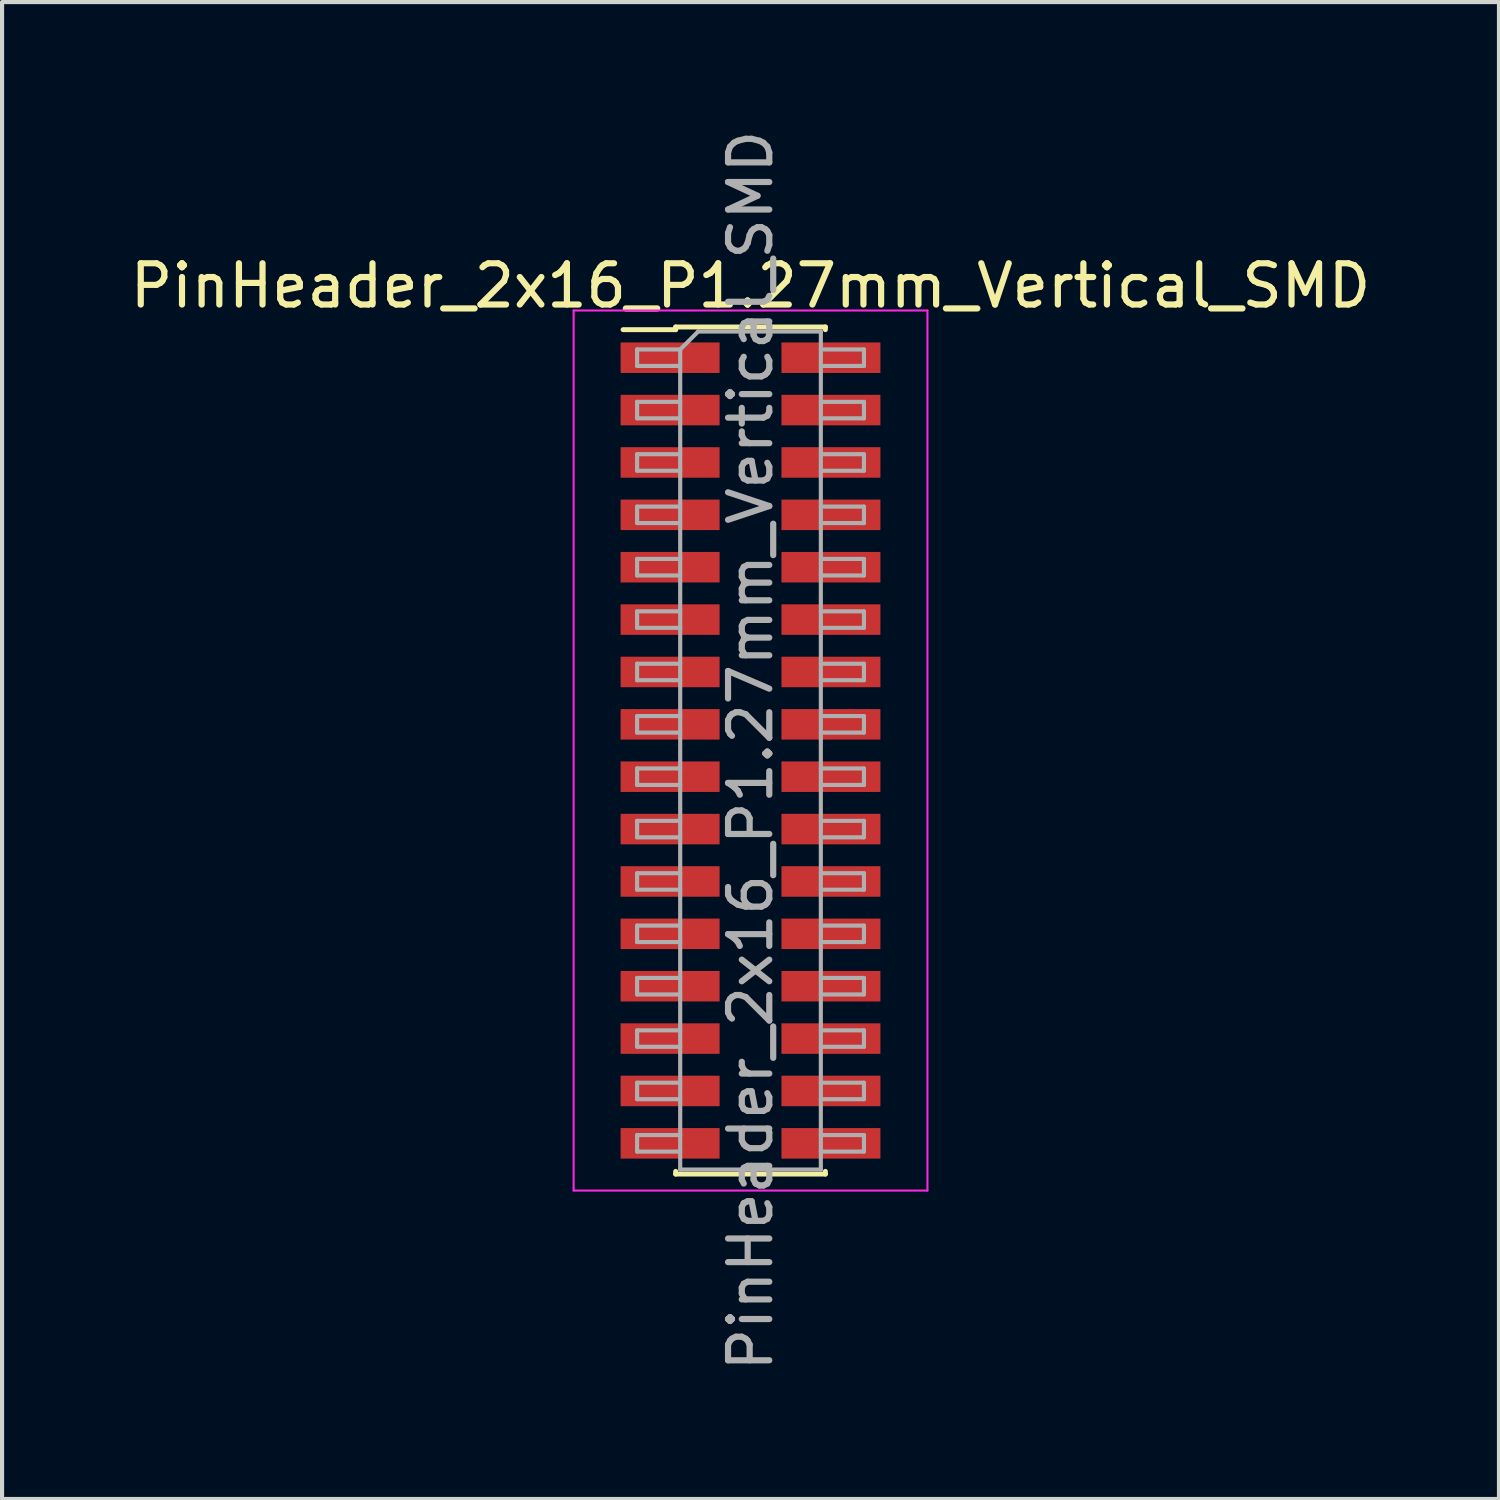
<source format=kicad_pcb>
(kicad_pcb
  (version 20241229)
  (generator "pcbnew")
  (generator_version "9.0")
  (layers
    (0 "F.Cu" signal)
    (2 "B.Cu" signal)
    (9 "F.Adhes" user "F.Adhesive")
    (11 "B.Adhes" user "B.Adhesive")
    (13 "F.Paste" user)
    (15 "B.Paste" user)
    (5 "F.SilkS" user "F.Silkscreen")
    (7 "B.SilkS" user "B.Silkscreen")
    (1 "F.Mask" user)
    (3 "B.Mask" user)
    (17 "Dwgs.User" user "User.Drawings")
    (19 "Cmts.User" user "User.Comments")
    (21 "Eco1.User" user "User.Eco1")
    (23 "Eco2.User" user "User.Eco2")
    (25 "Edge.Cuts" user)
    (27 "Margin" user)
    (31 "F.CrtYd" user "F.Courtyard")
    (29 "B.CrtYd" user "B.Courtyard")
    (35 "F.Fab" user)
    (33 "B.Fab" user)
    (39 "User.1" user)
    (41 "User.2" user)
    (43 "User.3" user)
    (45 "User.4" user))
  (footprint "PinHeader_2x16_P1.27mm_Vertical_SMD"
    (layer "F.Cu")
    (at 15.149 15.149)
    (property "Reference" "PinHeader_2x16_P1.27mm_Vertical_SMD" (at 0 -11.27 0) (layer "F.SilkS") (effects (font (size 1 1) (thickness 0.15))))
    (attr smd)
    (fp_line (start -3.09 -10.205) (end -1.815 -10.205) (stroke (width 0.12) (type solid)) (layer "F.SilkS"))
    (fp_line (start -1.815 -10.27) (end -1.815 -10.205) (stroke (width 0.12) (type solid)) (layer "F.SilkS"))
    (fp_line (start -1.815 -10.27) (end 1.815 -10.27) (stroke (width 0.12) (type solid)) (layer "F.SilkS"))
    (fp_line (start -1.815 10.205) (end -1.815 10.27) (stroke (width 0.12) (type solid)) (layer "F.SilkS"))
    (fp_line (start -1.815 10.27) (end 1.815 10.27) (stroke (width 0.12) (type solid)) (layer "F.SilkS"))
    (fp_line (start 1.815 -10.27) (end 1.815 -10.205) (stroke (width 0.12) (type solid)) (layer "F.SilkS"))
    (fp_line (start 1.815 10.205) (end 1.815 10.27) (stroke (width 0.12) (type solid)) (layer "F.SilkS"))
    (fp_line (start -4.29 -10.67) (end -4.29 10.67) (stroke (width 0.05) (type solid)) (layer "F.CrtYd"))
    (fp_line (start -4.29 10.67) (end 4.29 10.67) (stroke (width 0.05) (type solid)) (layer "F.CrtYd"))
    (fp_line (start 4.29 -10.67) (end -4.29 -10.67) (stroke (width 0.05) (type solid)) (layer "F.CrtYd"))
    (fp_line (start 4.29 10.67) (end 4.29 -10.67) (stroke (width 0.05) (type solid)) (layer "F.CrtYd"))
    (fp_line (start -2.75 -9.725) (end -2.75 -9.325) (stroke (width 0.1) (type solid)) (layer "F.Fab"))
    (fp_line (start -2.75 -9.325) (end -1.705 -9.325) (stroke (width 0.1) (type solid)) (layer "F.Fab"))
    (fp_line (start -2.75 -8.455) (end -2.75 -8.055) (stroke (width 0.1) (type solid)) (layer "F.Fab"))
    (fp_line (start -2.75 -8.055) (end -1.705 -8.055) (stroke (width 0.1) (type solid)) (layer "F.Fab"))
    (fp_line (start -2.75 -7.185) (end -2.75 -6.785) (stroke (width 0.1) (type solid)) (layer "F.Fab"))
    (fp_line (start -2.75 -6.785) (end -1.705 -6.785) (stroke (width 0.1) (type solid)) (layer "F.Fab"))
    (fp_line (start -2.75 -5.915) (end -2.75 -5.515) (stroke (width 0.1) (type solid)) (layer "F.Fab"))
    (fp_line (start -2.75 -5.515) (end -1.705 -5.515) (stroke (width 0.1) (type solid)) (layer "F.Fab"))
    (fp_line (start -2.75 -4.645) (end -2.75 -4.245) (stroke (width 0.1) (type solid)) (layer "F.Fab"))
    (fp_line (start -2.75 -4.245) (end -1.705 -4.245) (stroke (width 0.1) (type solid)) (layer "F.Fab"))
    (fp_line (start -2.75 -3.375) (end -2.75 -2.975) (stroke (width 0.1) (type solid)) (layer "F.Fab"))
    (fp_line (start -2.75 -2.975) (end -1.705 -2.975) (stroke (width 0.1) (type solid)) (layer "F.Fab"))
    (fp_line (start -2.75 -2.105) (end -2.75 -1.705) (stroke (width 0.1) (type solid)) (layer "F.Fab"))
    (fp_line (start -2.75 -1.705) (end -1.705 -1.705) (stroke (width 0.1) (type solid)) (layer "F.Fab"))
    (fp_line (start -2.75 -0.835) (end -2.75 -0.435) (stroke (width 0.1) (type solid)) (layer "F.Fab"))
    (fp_line (start -2.75 -0.435) (end -1.705 -0.435) (stroke (width 0.1) (type solid)) (layer "F.Fab"))
    (fp_line (start -2.75 0.435) (end -2.75 0.835) (stroke (width 0.1) (type solid)) (layer "F.Fab"))
    (fp_line (start -2.75 0.835) (end -1.705 0.835) (stroke (width 0.1) (type solid)) (layer "F.Fab"))
    (fp_line (start -2.75 1.705) (end -2.75 2.105) (stroke (width 0.1) (type solid)) (layer "F.Fab"))
    (fp_line (start -2.75 2.105) (end -1.705 2.105) (stroke (width 0.1) (type solid)) (layer "F.Fab"))
    (fp_line (start -2.75 2.975) (end -2.75 3.375) (stroke (width 0.1) (type solid)) (layer "F.Fab"))
    (fp_line (start -2.75 3.375) (end -1.705 3.375) (stroke (width 0.1) (type solid)) (layer "F.Fab"))
    (fp_line (start -2.75 4.245) (end -2.75 4.645) (stroke (width 0.1) (type solid)) (layer "F.Fab"))
    (fp_line (start -2.75 4.645) (end -1.705 4.645) (stroke (width 0.1) (type solid)) (layer "F.Fab"))
    (fp_line (start -2.75 5.515) (end -2.75 5.915) (stroke (width 0.1) (type solid)) (layer "F.Fab"))
    (fp_line (start -2.75 5.915) (end -1.705 5.915) (stroke (width 0.1) (type solid)) (layer "F.Fab"))
    (fp_line (start -2.75 6.785) (end -2.75 7.185) (stroke (width 0.1) (type solid)) (layer "F.Fab"))
    (fp_line (start -2.75 7.185) (end -1.705 7.185) (stroke (width 0.1) (type solid)) (layer "F.Fab"))
    (fp_line (start -2.75 8.055) (end -2.75 8.455) (stroke (width 0.1) (type solid)) (layer "F.Fab"))
    (fp_line (start -2.75 8.455) (end -1.705 8.455) (stroke (width 0.1) (type solid)) (layer "F.Fab"))
    (fp_line (start -2.75 9.325) (end -2.75 9.725) (stroke (width 0.1) (type solid)) (layer "F.Fab"))
    (fp_line (start -2.75 9.725) (end -1.705 9.725) (stroke (width 0.1) (type solid)) (layer "F.Fab"))
    (fp_line (start -1.705 -9.725) (end -2.75 -9.725) (stroke (width 0.1) (type solid)) (layer "F.Fab"))
    (fp_line (start -1.705 -9.725) (end -1.27 -10.16) (stroke (width 0.1) (type solid)) (layer "F.Fab"))
    (fp_line (start -1.705 -8.455) (end -2.75 -8.455) (stroke (width 0.1) (type solid)) (layer "F.Fab"))
    (fp_line (start -1.705 -7.185) (end -2.75 -7.185) (stroke (width 0.1) (type solid)) (layer "F.Fab"))
    (fp_line (start -1.705 -5.915) (end -2.75 -5.915) (stroke (width 0.1) (type solid)) (layer "F.Fab"))
    (fp_line (start -1.705 -4.645) (end -2.75 -4.645) (stroke (width 0.1) (type solid)) (layer "F.Fab"))
    (fp_line (start -1.705 -3.375) (end -2.75 -3.375) (stroke (width 0.1) (type solid)) (layer "F.Fab"))
    (fp_line (start -1.705 -2.105) (end -2.75 -2.105) (stroke (width 0.1) (type solid)) (layer "F.Fab"))
    (fp_line (start -1.705 -0.835) (end -2.75 -0.835) (stroke (width 0.1) (type solid)) (layer "F.Fab"))
    (fp_line (start -1.705 0.435) (end -2.75 0.435) (stroke (width 0.1) (type solid)) (layer "F.Fab"))
    (fp_line (start -1.705 1.705) (end -2.75 1.705) (stroke (width 0.1) (type solid)) (layer "F.Fab"))
    (fp_line (start -1.705 2.975) (end -2.75 2.975) (stroke (width 0.1) (type solid)) (layer "F.Fab"))
    (fp_line (start -1.705 4.245) (end -2.75 4.245) (stroke (width 0.1) (type solid)) (layer "F.Fab"))
    (fp_line (start -1.705 5.515) (end -2.75 5.515) (stroke (width 0.1) (type solid)) (layer "F.Fab"))
    (fp_line (start -1.705 6.785) (end -2.75 6.785) (stroke (width 0.1) (type solid)) (layer "F.Fab"))
    (fp_line (start -1.705 8.055) (end -2.75 8.055) (stroke (width 0.1) (type solid)) (layer "F.Fab"))
    (fp_line (start -1.705 9.325) (end -2.75 9.325) (stroke (width 0.1) (type solid)) (layer "F.Fab"))
    (fp_line (start -1.705 10.16) (end -1.705 -9.725) (stroke (width 0.1) (type solid)) (layer "F.Fab"))
    (fp_line (start -1.27 -10.16) (end 1.705 -10.16) (stroke (width 0.1) (type solid)) (layer "F.Fab"))
    (fp_line (start 1.705 -10.16) (end 1.705 10.16) (stroke (width 0.1) (type solid)) (layer "F.Fab"))
    (fp_line (start 1.705 -9.725) (end 2.75 -9.725) (stroke (width 0.1) (type solid)) (layer "F.Fab"))
    (fp_line (start 1.705 -8.455) (end 2.75 -8.455) (stroke (width 0.1) (type solid)) (layer "F.Fab"))
    (fp_line (start 1.705 -7.185) (end 2.75 -7.185) (stroke (width 0.1) (type solid)) (layer "F.Fab"))
    (fp_line (start 1.705 -5.915) (end 2.75 -5.915) (stroke (width 0.1) (type solid)) (layer "F.Fab"))
    (fp_line (start 1.705 -4.645) (end 2.75 -4.645) (stroke (width 0.1) (type solid)) (layer "F.Fab"))
    (fp_line (start 1.705 -3.375) (end 2.75 -3.375) (stroke (width 0.1) (type solid)) (layer "F.Fab"))
    (fp_line (start 1.705 -2.105) (end 2.75 -2.105) (stroke (width 0.1) (type solid)) (layer "F.Fab"))
    (fp_line (start 1.705 -0.835) (end 2.75 -0.835) (stroke (width 0.1) (type solid)) (layer "F.Fab"))
    (fp_line (start 1.705 0.435) (end 2.75 0.435) (stroke (width 0.1) (type solid)) (layer "F.Fab"))
    (fp_line (start 1.705 1.705) (end 2.75 1.705) (stroke (width 0.1) (type solid)) (layer "F.Fab"))
    (fp_line (start 1.705 2.975) (end 2.75 2.975) (stroke (width 0.1) (type solid)) (layer "F.Fab"))
    (fp_line (start 1.705 4.245) (end 2.75 4.245) (stroke (width 0.1) (type solid)) (layer "F.Fab"))
    (fp_line (start 1.705 5.515) (end 2.75 5.515) (stroke (width 0.1) (type solid)) (layer "F.Fab"))
    (fp_line (start 1.705 6.785) (end 2.75 6.785) (stroke (width 0.1) (type solid)) (layer "F.Fab"))
    (fp_line (start 1.705 8.055) (end 2.75 8.055) (stroke (width 0.1) (type solid)) (layer "F.Fab"))
    (fp_line (start 1.705 9.325) (end 2.75 9.325) (stroke (width 0.1) (type solid)) (layer "F.Fab"))
    (fp_line (start 1.705 10.16) (end -1.705 10.16) (stroke (width 0.1) (type solid)) (layer "F.Fab"))
    (fp_line (start 2.75 -9.725) (end 2.75 -9.325) (stroke (width 0.1) (type solid)) (layer "F.Fab"))
    (fp_line (start 2.75 -9.325) (end 1.705 -9.325) (stroke (width 0.1) (type solid)) (layer "F.Fab"))
    (fp_line (start 2.75 -8.455) (end 2.75 -8.055) (stroke (width 0.1) (type solid)) (layer "F.Fab"))
    (fp_line (start 2.75 -8.055) (end 1.705 -8.055) (stroke (width 0.1) (type solid)) (layer "F.Fab"))
    (fp_line (start 2.75 -7.185) (end 2.75 -6.785) (stroke (width 0.1) (type solid)) (layer "F.Fab"))
    (fp_line (start 2.75 -6.785) (end 1.705 -6.785) (stroke (width 0.1) (type solid)) (layer "F.Fab"))
    (fp_line (start 2.75 -5.915) (end 2.75 -5.515) (stroke (width 0.1) (type solid)) (layer "F.Fab"))
    (fp_line (start 2.75 -5.515) (end 1.705 -5.515) (stroke (width 0.1) (type solid)) (layer "F.Fab"))
    (fp_line (start 2.75 -4.645) (end 2.75 -4.245) (stroke (width 0.1) (type solid)) (layer "F.Fab"))
    (fp_line (start 2.75 -4.245) (end 1.705 -4.245) (stroke (width 0.1) (type solid)) (layer "F.Fab"))
    (fp_line (start 2.75 -3.375) (end 2.75 -2.975) (stroke (width 0.1) (type solid)) (layer "F.Fab"))
    (fp_line (start 2.75 -2.975) (end 1.705 -2.975) (stroke (width 0.1) (type solid)) (layer "F.Fab"))
    (fp_line (start 2.75 -2.105) (end 2.75 -1.705) (stroke (width 0.1) (type solid)) (layer "F.Fab"))
    (fp_line (start 2.75 -1.705) (end 1.705 -1.705) (stroke (width 0.1) (type solid)) (layer "F.Fab"))
    (fp_line (start 2.75 -0.835) (end 2.75 -0.435) (stroke (width 0.1) (type solid)) (layer "F.Fab"))
    (fp_line (start 2.75 -0.435) (end 1.705 -0.435) (stroke (width 0.1) (type solid)) (layer "F.Fab"))
    (fp_line (start 2.75 0.435) (end 2.75 0.835) (stroke (width 0.1) (type solid)) (layer "F.Fab"))
    (fp_line (start 2.75 0.835) (end 1.705 0.835) (stroke (width 0.1) (type solid)) (layer "F.Fab"))
    (fp_line (start 2.75 1.705) (end 2.75 2.105) (stroke (width 0.1) (type solid)) (layer "F.Fab"))
    (fp_line (start 2.75 2.105) (end 1.705 2.105) (stroke (width 0.1) (type solid)) (layer "F.Fab"))
    (fp_line (start 2.75 2.975) (end 2.75 3.375) (stroke (width 0.1) (type solid)) (layer "F.Fab"))
    (fp_line (start 2.75 3.375) (end 1.705 3.375) (stroke (width 0.1) (type solid)) (layer "F.Fab"))
    (fp_line (start 2.75 4.245) (end 2.75 4.645) (stroke (width 0.1) (type solid)) (layer "F.Fab"))
    (fp_line (start 2.75 4.645) (end 1.705 4.645) (stroke (width 0.1) (type solid)) (layer "F.Fab"))
    (fp_line (start 2.75 5.515) (end 2.75 5.915) (stroke (width 0.1) (type solid)) (layer "F.Fab"))
    (fp_line (start 2.75 5.915) (end 1.705 5.915) (stroke (width 0.1) (type solid)) (layer "F.Fab"))
    (fp_line (start 2.75 6.785) (end 2.75 7.185) (stroke (width 0.1) (type solid)) (layer "F.Fab"))
    (fp_line (start 2.75 7.185) (end 1.705 7.185) (stroke (width 0.1) (type solid)) (layer "F.Fab"))
    (fp_line (start 2.75 8.055) (end 2.75 8.455) (stroke (width 0.1) (type solid)) (layer "F.Fab"))
    (fp_line (start 2.75 8.455) (end 1.705 8.455) (stroke (width 0.1) (type solid)) (layer "F.Fab"))
    (fp_line (start 2.75 9.325) (end 2.75 9.725) (stroke (width 0.1) (type solid)) (layer "F.Fab"))
    (fp_line (start 2.75 9.725) (end 1.705 9.725) (stroke (width 0.1) (type solid)) (layer "F.Fab"))
    (fp_text user "${REFERENCE}" (at 0 0 90) (layer "F.Fab") (effects (font (size 1 1) (thickness 0.15))))
    (pad "1" smd rect (at -1.95 -9.525) (size 2.4 0.74) (layers "F.Cu" "F.Mask" "F.Paste"))
    (pad "2" smd rect (at 1.95 -9.525) (size 2.4 0.74) (layers "F.Cu" "F.Mask" "F.Paste"))
    (pad "3" smd rect (at -1.95 -8.255) (size 2.4 0.74) (layers "F.Cu" "F.Mask" "F.Paste"))
    (pad "4" smd rect (at 1.95 -8.255) (size 2.4 0.74) (layers "F.Cu" "F.Mask" "F.Paste"))
    (pad "5" smd rect (at -1.95 -6.985) (size 2.4 0.74) (layers "F.Cu" "F.Mask" "F.Paste"))
    (pad "6" smd rect (at 1.95 -6.985) (size 2.4 0.74) (layers "F.Cu" "F.Mask" "F.Paste"))
    (pad "7" smd rect (at -1.95 -5.715) (size 2.4 0.74) (layers "F.Cu" "F.Mask" "F.Paste"))
    (pad "8" smd rect (at 1.95 -5.715) (size 2.4 0.74) (layers "F.Cu" "F.Mask" "F.Paste"))
    (pad "9" smd rect (at -1.95 -4.445) (size 2.4 0.74) (layers "F.Cu" "F.Mask" "F.Paste"))
    (pad "10" smd rect (at 1.95 -4.445) (size 2.4 0.74) (layers "F.Cu" "F.Mask" "F.Paste"))
    (pad "11" smd rect (at -1.95 -3.175) (size 2.4 0.74) (layers "F.Cu" "F.Mask" "F.Paste"))
    (pad "12" smd rect (at 1.95 -3.175) (size 2.4 0.74) (layers "F.Cu" "F.Mask" "F.Paste"))
    (pad "13" smd rect (at -1.95 -1.905) (size 2.4 0.74) (layers "F.Cu" "F.Mask" "F.Paste"))
    (pad "14" smd rect (at 1.95 -1.905) (size 2.4 0.74) (layers "F.Cu" "F.Mask" "F.Paste"))
    (pad "15" smd rect (at -1.95 -0.635) (size 2.4 0.74) (layers "F.Cu" "F.Mask" "F.Paste"))
    (pad "16" smd rect (at 1.95 -0.635) (size 2.4 0.74) (layers "F.Cu" "F.Mask" "F.Paste"))
    (pad "17" smd rect (at -1.95 0.635) (size 2.4 0.74) (layers "F.Cu" "F.Mask" "F.Paste"))
    (pad "18" smd rect (at 1.95 0.635) (size 2.4 0.74) (layers "F.Cu" "F.Mask" "F.Paste"))
    (pad "19" smd rect (at -1.95 1.905) (size 2.4 0.74) (layers "F.Cu" "F.Mask" "F.Paste"))
    (pad "20" smd rect (at 1.95 1.905) (size 2.4 0.74) (layers "F.Cu" "F.Mask" "F.Paste"))
    (pad "21" smd rect (at -1.95 3.175) (size 2.4 0.74) (layers "F.Cu" "F.Mask" "F.Paste"))
    (pad "22" smd rect (at 1.95 3.175) (size 2.4 0.74) (layers "F.Cu" "F.Mask" "F.Paste"))
    (pad "23" smd rect (at -1.95 4.445) (size 2.4 0.74) (layers "F.Cu" "F.Mask" "F.Paste"))
    (pad "24" smd rect (at 1.95 4.445) (size 2.4 0.74) (layers "F.Cu" "F.Mask" "F.Paste"))
    (pad "25" smd rect (at -1.95 5.715) (size 2.4 0.74) (layers "F.Cu" "F.Mask" "F.Paste"))
    (pad "26" smd rect (at 1.95 5.715) (size 2.4 0.74) (layers "F.Cu" "F.Mask" "F.Paste"))
    (pad "27" smd rect (at -1.95 6.985) (size 2.4 0.74) (layers "F.Cu" "F.Mask" "F.Paste"))
    (pad "28" smd rect (at 1.95 6.985) (size 2.4 0.74) (layers "F.Cu" "F.Mask" "F.Paste"))
    (pad "29" smd rect (at -1.95 8.255) (size 2.4 0.74) (layers "F.Cu" "F.Mask" "F.Paste"))
    (pad "30" smd rect (at 1.95 8.255) (size 2.4 0.74) (layers "F.Cu" "F.Mask" "F.Paste"))
    (pad "31" smd rect (at -1.95 9.525) (size 2.4 0.74) (layers "F.Cu" "F.Mask" "F.Paste"))
    (pad "32" smd rect (at 1.95 9.525) (size 2.4 0.74) (layers "F.Cu" "F.Mask" "F.Paste")))
  (gr_rect
    (start -3 -3)
    (end 33.298 33.298)
    (stroke (width 0.1) (type default))
    (fill no)
    (layer "Edge.Cuts")))
</source>
